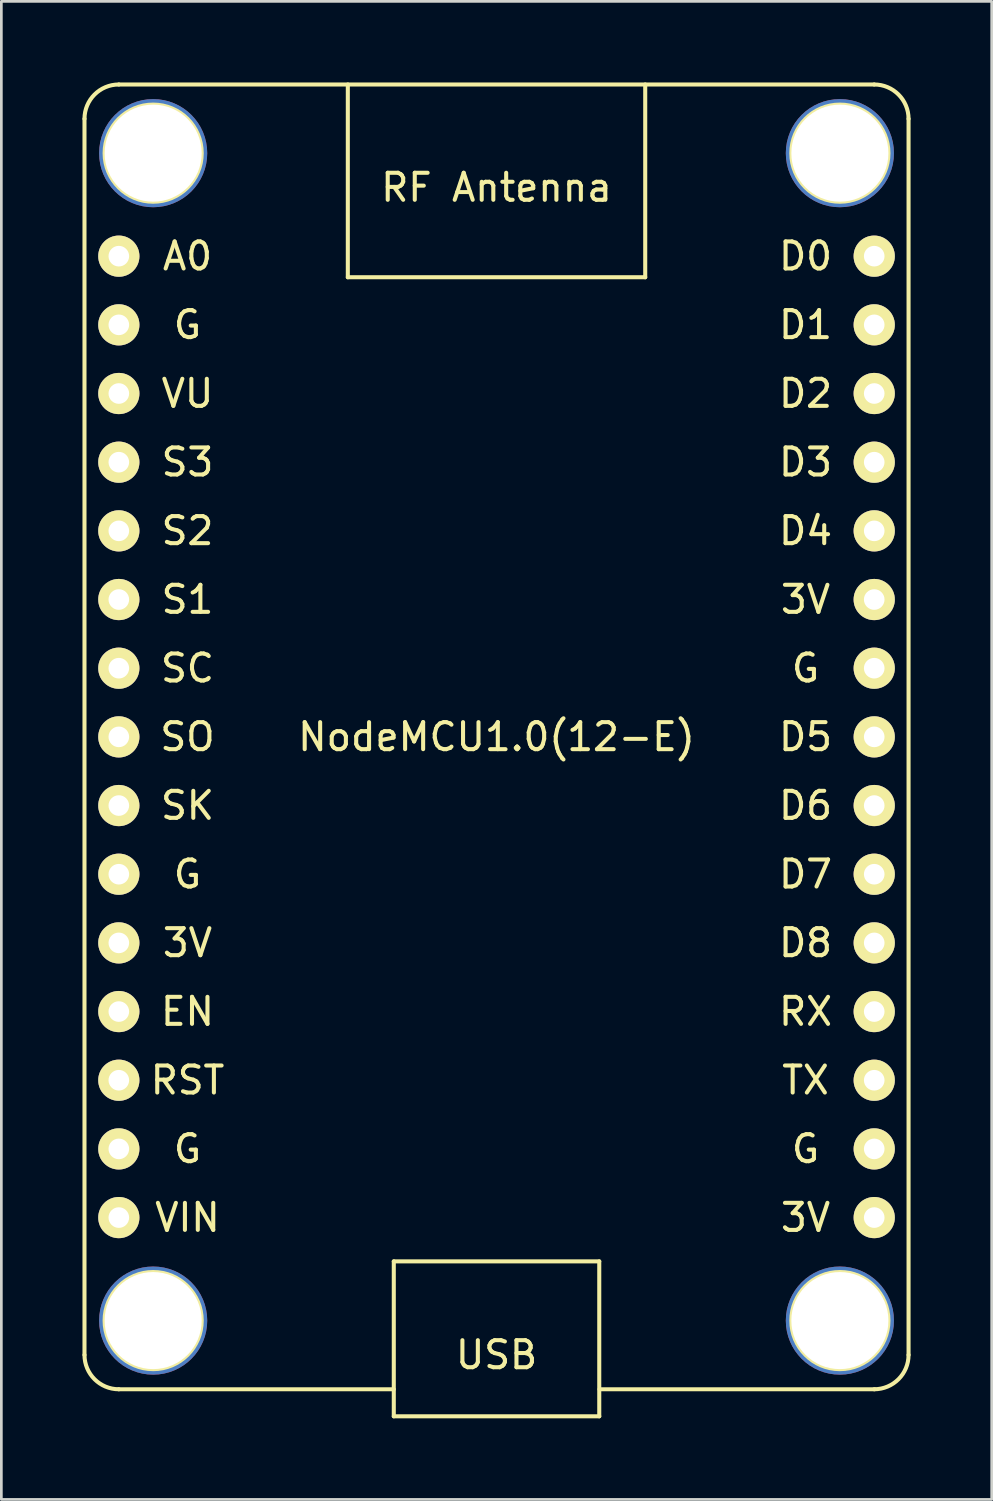
<source format=kicad_pcb>
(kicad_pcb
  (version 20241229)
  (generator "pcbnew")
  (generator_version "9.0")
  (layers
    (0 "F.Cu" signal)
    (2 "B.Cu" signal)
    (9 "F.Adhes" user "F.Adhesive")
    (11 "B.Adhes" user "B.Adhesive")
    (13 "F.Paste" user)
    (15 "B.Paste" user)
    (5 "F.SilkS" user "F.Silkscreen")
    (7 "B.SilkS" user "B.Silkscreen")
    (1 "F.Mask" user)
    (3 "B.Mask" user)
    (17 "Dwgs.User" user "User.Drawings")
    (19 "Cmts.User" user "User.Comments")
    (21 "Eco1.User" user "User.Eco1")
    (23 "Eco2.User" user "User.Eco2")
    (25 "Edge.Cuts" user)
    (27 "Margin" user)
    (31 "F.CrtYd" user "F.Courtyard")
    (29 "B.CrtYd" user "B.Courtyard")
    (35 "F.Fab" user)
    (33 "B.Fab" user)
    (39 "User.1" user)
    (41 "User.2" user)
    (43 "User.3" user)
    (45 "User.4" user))
  (footprint "NodeMCU1.0(12-E)"
    (layer "F.Cu")
    (at 15.315 24.205)
    (property "Reference" "NodeMCU1.0(12-E)" (at 0 0 0) (layer "F.SilkS") (effects (font (size 1 1) (thickness 0.15))))
    (attr through_hole)
    (fp_line (start -15.24 -22.86) (end -15.24 22.86) (stroke (width 0.15) (type solid)) (layer "F.SilkS"))
    (fp_line (start -5.5 -17) (end -5.5 -24.13) (stroke (width 0.15) (type solid)) (layer "F.SilkS"))
    (fp_line (start -3.8 19.4) (end 3.8 19.4) (stroke (width 0.15) (type solid)) (layer "F.SilkS"))
    (fp_line (start -3.8 24.13) (end -13.97 24.13) (stroke (width 0.15) (type solid)) (layer "F.SilkS"))
    (fp_line (start -3.8 25.13) (end -3.8 19.4) (stroke (width 0.15) (type solid)) (layer "F.SilkS"))
    (fp_line (start 3.8 19.4) (end 3.8 25.13) (stroke (width 0.15) (type solid)) (layer "F.SilkS"))
    (fp_line (start 3.8 25.13) (end -3.8 25.13) (stroke (width 0.15) (type solid)) (layer "F.SilkS"))
    (fp_line (start 5.5 -24.13) (end 5.5 -17) (stroke (width 0.15) (type solid)) (layer "F.SilkS"))
    (fp_line (start 5.5 -17) (end -5.5 -17) (stroke (width 0.15) (type solid)) (layer "F.SilkS"))
    (fp_line (start 13.97 -24.13) (end -13.97 -24.13) (stroke (width 0.15) (type solid)) (layer "F.SilkS"))
    (fp_line (start 13.98 24.13) (end 3.81 24.13) (stroke (width 0.15) (type solid)) (layer "F.SilkS"))
    (fp_line (start 15.24 -22.86) (end 15.24 22.86) (stroke (width 0.15) (type solid)) (layer "F.SilkS"))
    (fp_arc (start -15.24 -22.86) (mid -14.868026 -23.758026) (end -13.97 -24.13) (stroke (width 0.15) (type solid)) (layer "F.SilkS"))
    (fp_arc (start -13.97 24.13) (mid -14.868026 23.758026) (end -15.24 22.86) (stroke (width 0.15) (type solid)) (layer "F.SilkS"))
    (fp_arc (start 13.97 -24.13) (mid 14.868026 -23.758026) (end 15.24 -22.86) (stroke (width 0.15) (type solid)) (layer "F.SilkS"))
    (fp_arc (start 15.24 22.86) (mid 14.868026 23.758026) (end 13.97 24.13) (stroke (width 0.15) (type solid)) (layer "F.SilkS"))
    (fp_circle (center -12.7 -21.59) (end -11.43 -22.86) (stroke (width 0.15) (type solid)) (fill no) (layer "F.SilkS"))
    (fp_circle (center -12.7 21.59) (end -11.43 20.32) (stroke (width 0.15) (type solid)) (fill no) (layer "F.SilkS"))
    (fp_circle (center 12.7 -21.59) (end 13.97 -22.86) (stroke (width 0.15) (type solid)) (fill no) (layer "F.SilkS"))
    (fp_circle (center 12.7 21.59) (end 13.97 20.32) (stroke (width 0.15) (type solid)) (fill no) (layer "F.SilkS"))
    (fp_text user "G" (at 11.43 -2.54 0) (layer "F.SilkS") (effects (font (size 1 1) (thickness 0.15))))
    (fp_text user "3V" (at -11.43 7.62 0) (layer "F.SilkS") (effects (font (size 1 1) (thickness 0.15))))
    (fp_text user "USB" (at 0 22.86 0) (layer "F.SilkS") (effects (font (size 1 1) (thickness 0.15))))
    (fp_text user "RF Antenna" (at 0 -20.32 0) (layer "F.SilkS") (effects (font (size 1 1) (thickness 0.15))))
    (fp_text user "D4" (at 11.43 -7.62 0) (layer "F.SilkS") (effects (font (size 1 1) (thickness 0.15))))
    (fp_text user "D6" (at 11.43 2.54 0) (layer "F.SilkS") (effects (font (size 1 1) (thickness 0.15))))
    (fp_text user "RX" (at 11.43 10.16 0) (layer "F.SilkS") (effects (font (size 1 1) (thickness 0.15))))
    (fp_text user "3V" (at 11.43 17.78 0) (layer "F.SilkS") (effects (font (size 1 1) (thickness 0.15))))
    (fp_text user "D2" (at 11.43 -12.7 0) (layer "F.SilkS") (effects (font (size 1 1) (thickness 0.15))))
    (fp_text user "RST" (at -11.43 12.7 0) (layer "F.SilkS") (effects (font (size 1 1) (thickness 0.15))))
    (fp_text user "D8" (at 11.43 7.62 0) (layer "F.SilkS") (effects (font (size 1 1) (thickness 0.15))))
    (fp_text user "D0" (at 11.43 -17.78 0) (layer "F.SilkS") (effects (font (size 1 1) (thickness 0.15))))
    (fp_text user "G" (at -11.43 -15.24 0) (layer "F.SilkS") (effects (font (size 1 1) (thickness 0.15))))
    (fp_text user "3V" (at 11.43 -5.08 0) (layer "F.SilkS") (effects (font (size 1 1) (thickness 0.15))))
    (fp_text user "D7" (at 11.43 5.08 0) (layer "F.SilkS") (effects (font (size 1 1) (thickness 0.15))))
    (fp_text user "SC" (at -11.43 -2.54 0) (layer "F.SilkS") (effects (font (size 1 1) (thickness 0.15))))
    (fp_text user "G" (at -11.43 5.08 0) (layer "F.SilkS") (effects (font (size 1 1) (thickness 0.15))))
    (fp_text user "D1" (at 11.43 -15.24 0) (layer "F.SilkS") (effects (font (size 1 1) (thickness 0.15))))
    (fp_text user "VIN" (at -11.43 17.78 0) (layer "F.SilkS") (effects (font (size 1 1) (thickness 0.15))))
    (fp_text user "D3" (at 11.43 -10.16 0) (layer "F.SilkS") (effects (font (size 1 1) (thickness 0.15))))
    (fp_text user "D5" (at 11.43 0 0) (layer "F.SilkS") (effects (font (size 1 1) (thickness 0.15))))
    (fp_text user "SK" (at -11.43 2.54 0) (layer "F.SilkS") (effects (font (size 1 1) (thickness 0.15))))
    (fp_text user "S3" (at -11.43 -10.16 0) (layer "F.SilkS") (effects (font (size 1 1) (thickness 0.15))))
    (fp_text user "S2" (at -11.43 -7.62 0) (layer "F.SilkS") (effects (font (size 1 1) (thickness 0.15))))
    (fp_text user "S1" (at -11.43 -5.08 0) (layer "F.SilkS") (effects (font (size 1 1) (thickness 0.15))))
    (fp_text user "G" (at 11.43 15.24 0) (layer "F.SilkS") (effects (font (size 1 1) (thickness 0.15))))
    (fp_text user "EN" (at -11.43 10.16 0) (layer "F.SilkS") (effects (font (size 1 1) (thickness 0.15))))
    (fp_text user "G" (at -11.43 15.24 0) (layer "F.SilkS") (effects (font (size 1 1) (thickness 0.15))))
    (fp_text user "TX" (at 11.43 12.7 0) (layer "F.SilkS") (effects (font (size 1 1) (thickness 0.15))))
    (fp_text user "A0" (at -11.43 -17.78 0) (layer "F.SilkS") (effects (font (size 1 1) (thickness 0.15))))
    (fp_text user "SO" (at -11.43 0 0) (layer "F.SilkS") (effects (font (size 1 1) (thickness 0.15))))
    (fp_text user "VU" (at -11.43 -12.7 0) (layer "F.SilkS") (effects (font (size 1 1) (thickness 0.15))))
    (pad "1" thru_hole circle (at -13.97 -17.78) (size 1.524 1.524) (drill 0.762) (layers "*.Cu" "*.Mask" "F.SilkS"))
    (pad "2" thru_hole circle (at -13.97 -15.24) (size 1.524 1.524) (drill 0.762) (layers "*.Cu" "*.Mask" "F.SilkS"))
    (pad "3" thru_hole circle (at -13.97 -12.7) (size 1.524 1.524) (drill 0.762) (layers "*.Cu" "*.Mask" "F.SilkS"))
    (pad "4" thru_hole circle (at -13.97 -10.16) (size 1.524 1.524) (drill 0.762) (layers "*.Cu" "*.Mask" "F.SilkS"))
    (pad "5" thru_hole circle (at -13.97 -7.62) (size 1.524 1.524) (drill 0.762) (layers "*.Cu" "*.Mask" "F.SilkS"))
    (pad "6" thru_hole circle (at -13.97 -5.08) (size 1.524 1.524) (drill 0.762) (layers "*.Cu" "*.Mask" "F.SilkS"))
    (pad "7" thru_hole circle (at -13.97 -2.54) (size 1.524 1.524) (drill 0.762) (layers "*.Cu" "*.Mask" "F.SilkS"))
    (pad "8" thru_hole circle (at -13.97 0) (size 1.524 1.524) (drill 0.762) (layers "*.Cu" "*.Mask" "F.SilkS"))
    (pad "9" thru_hole circle (at -13.97 2.54) (size 1.524 1.524) (drill 0.762) (layers "*.Cu" "*.Mask" "F.SilkS"))
    (pad "10" thru_hole circle (at -13.97 5.08) (size 1.524 1.524) (drill 0.762) (layers "*.Cu" "*.Mask" "F.SilkS"))
    (pad "11" thru_hole circle (at -13.97 7.62) (size 1.524 1.524) (drill 0.762) (layers "*.Cu" "*.Mask" "F.SilkS"))
    (pad "12" thru_hole circle (at -13.97 10.16) (size 1.524 1.524) (drill 0.762) (layers "*.Cu" "*.Mask" "F.SilkS"))
    (pad "13" thru_hole circle (at -13.97 12.7) (size 1.524 1.524) (drill 0.762) (layers "*.Cu" "*.Mask" "F.SilkS"))
    (pad "14" thru_hole circle (at -13.97 15.24) (size 1.524 1.524) (drill 0.762) (layers "*.Cu" "*.Mask" "F.SilkS"))
    (pad "15" thru_hole circle (at -13.97 17.78) (size 1.524 1.524) (drill 0.762) (layers "*.Cu" "*.Mask" "F.SilkS"))
    (pad "16" thru_hole circle (at 13.97 17.78) (size 1.524 1.524) (drill 0.762) (layers "*.Cu" "*.Mask" "F.SilkS"))
    (pad "17" thru_hole circle (at 13.97 15.24) (size 1.524 1.524) (drill 0.762) (layers "*.Cu" "*.Mask" "F.SilkS"))
    (pad "18" thru_hole circle (at 13.97 12.7) (size 1.524 1.524) (drill 0.762) (layers "*.Cu" "*.Mask" "F.SilkS"))
    (pad "19" thru_hole circle (at 13.97 10.16) (size 1.524 1.524) (drill 0.762) (layers "*.Cu" "*.Mask" "F.SilkS"))
    (pad "20" thru_hole circle (at 13.97 7.62) (size 1.524 1.524) (drill 0.762) (layers "*.Cu" "*.Mask" "F.SilkS"))
    (pad "21" thru_hole circle (at 13.97 5.08) (size 1.524 1.524) (drill 0.762) (layers "*.Cu" "*.Mask" "F.SilkS"))
    (pad "22" thru_hole circle (at 13.97 2.54) (size 1.524 1.524) (drill 0.762) (layers "*.Cu" "*.Mask" "F.SilkS"))
    (pad "23" thru_hole circle (at 13.97 0) (size 1.524 1.524) (drill 0.762) (layers "*.Cu" "*.Mask" "F.SilkS"))
    (pad "24" thru_hole circle (at 13.97 -2.54) (size 1.524 1.524) (drill 0.762) (layers "*.Cu" "*.Mask" "F.SilkS"))
    (pad "25" thru_hole circle (at 13.97 -5.08) (size 1.524 1.524) (drill 0.762) (layers "*.Cu" "*.Mask" "F.SilkS"))
    (pad "26" thru_hole circle (at 13.97 -7.62) (size 1.524 1.524) (drill 0.762) (layers "*.Cu" "*.Mask" "F.SilkS"))
    (pad "27" thru_hole circle (at 13.97 -10.16) (size 1.524 1.524) (drill 0.762) (layers "*.Cu" "*.Mask" "F.SilkS"))
    (pad "28" thru_hole circle (at 13.97 -12.7) (size 1.524 1.524) (drill 0.762) (layers "*.Cu" "*.Mask" "F.SilkS"))
    (pad "29" thru_hole circle (at 13.97 -15.24) (size 1.524 1.524) (drill 0.762) (layers "*.Cu" "*.Mask" "F.SilkS"))
    (pad "30" thru_hole circle (at 13.97 -17.78) (size 1.524 1.524) (drill 0.762) (layers "*.Cu" "*.Mask" "F.SilkS"))
    (pad "32" thru_hole circle (at -12.7 -21.59) (size 4 4) (drill 3.59) (layers "*.Cu" "*.Mask"))
    (pad "33" thru_hole circle (at 12.7 -21.59) (size 4 4) (drill 3.59) (layers "*.Cu" "*.Mask"))
    (pad "34" thru_hole circle (at 12.7 21.59) (size 4 4) (drill 3.59) (layers "*.Cu" "*.Mask"))
    (pad "35" thru_hole circle (at -12.7 21.59) (size 4 4) (drill 3.59) (layers "*.Cu" "*.Mask")))
  (gr_rect
    (start -3 -3)
    (end 33.63 52.41)
    (stroke (width 0.1) (type default))
    (fill no)
    (layer "Edge.Cuts")))
</source>
